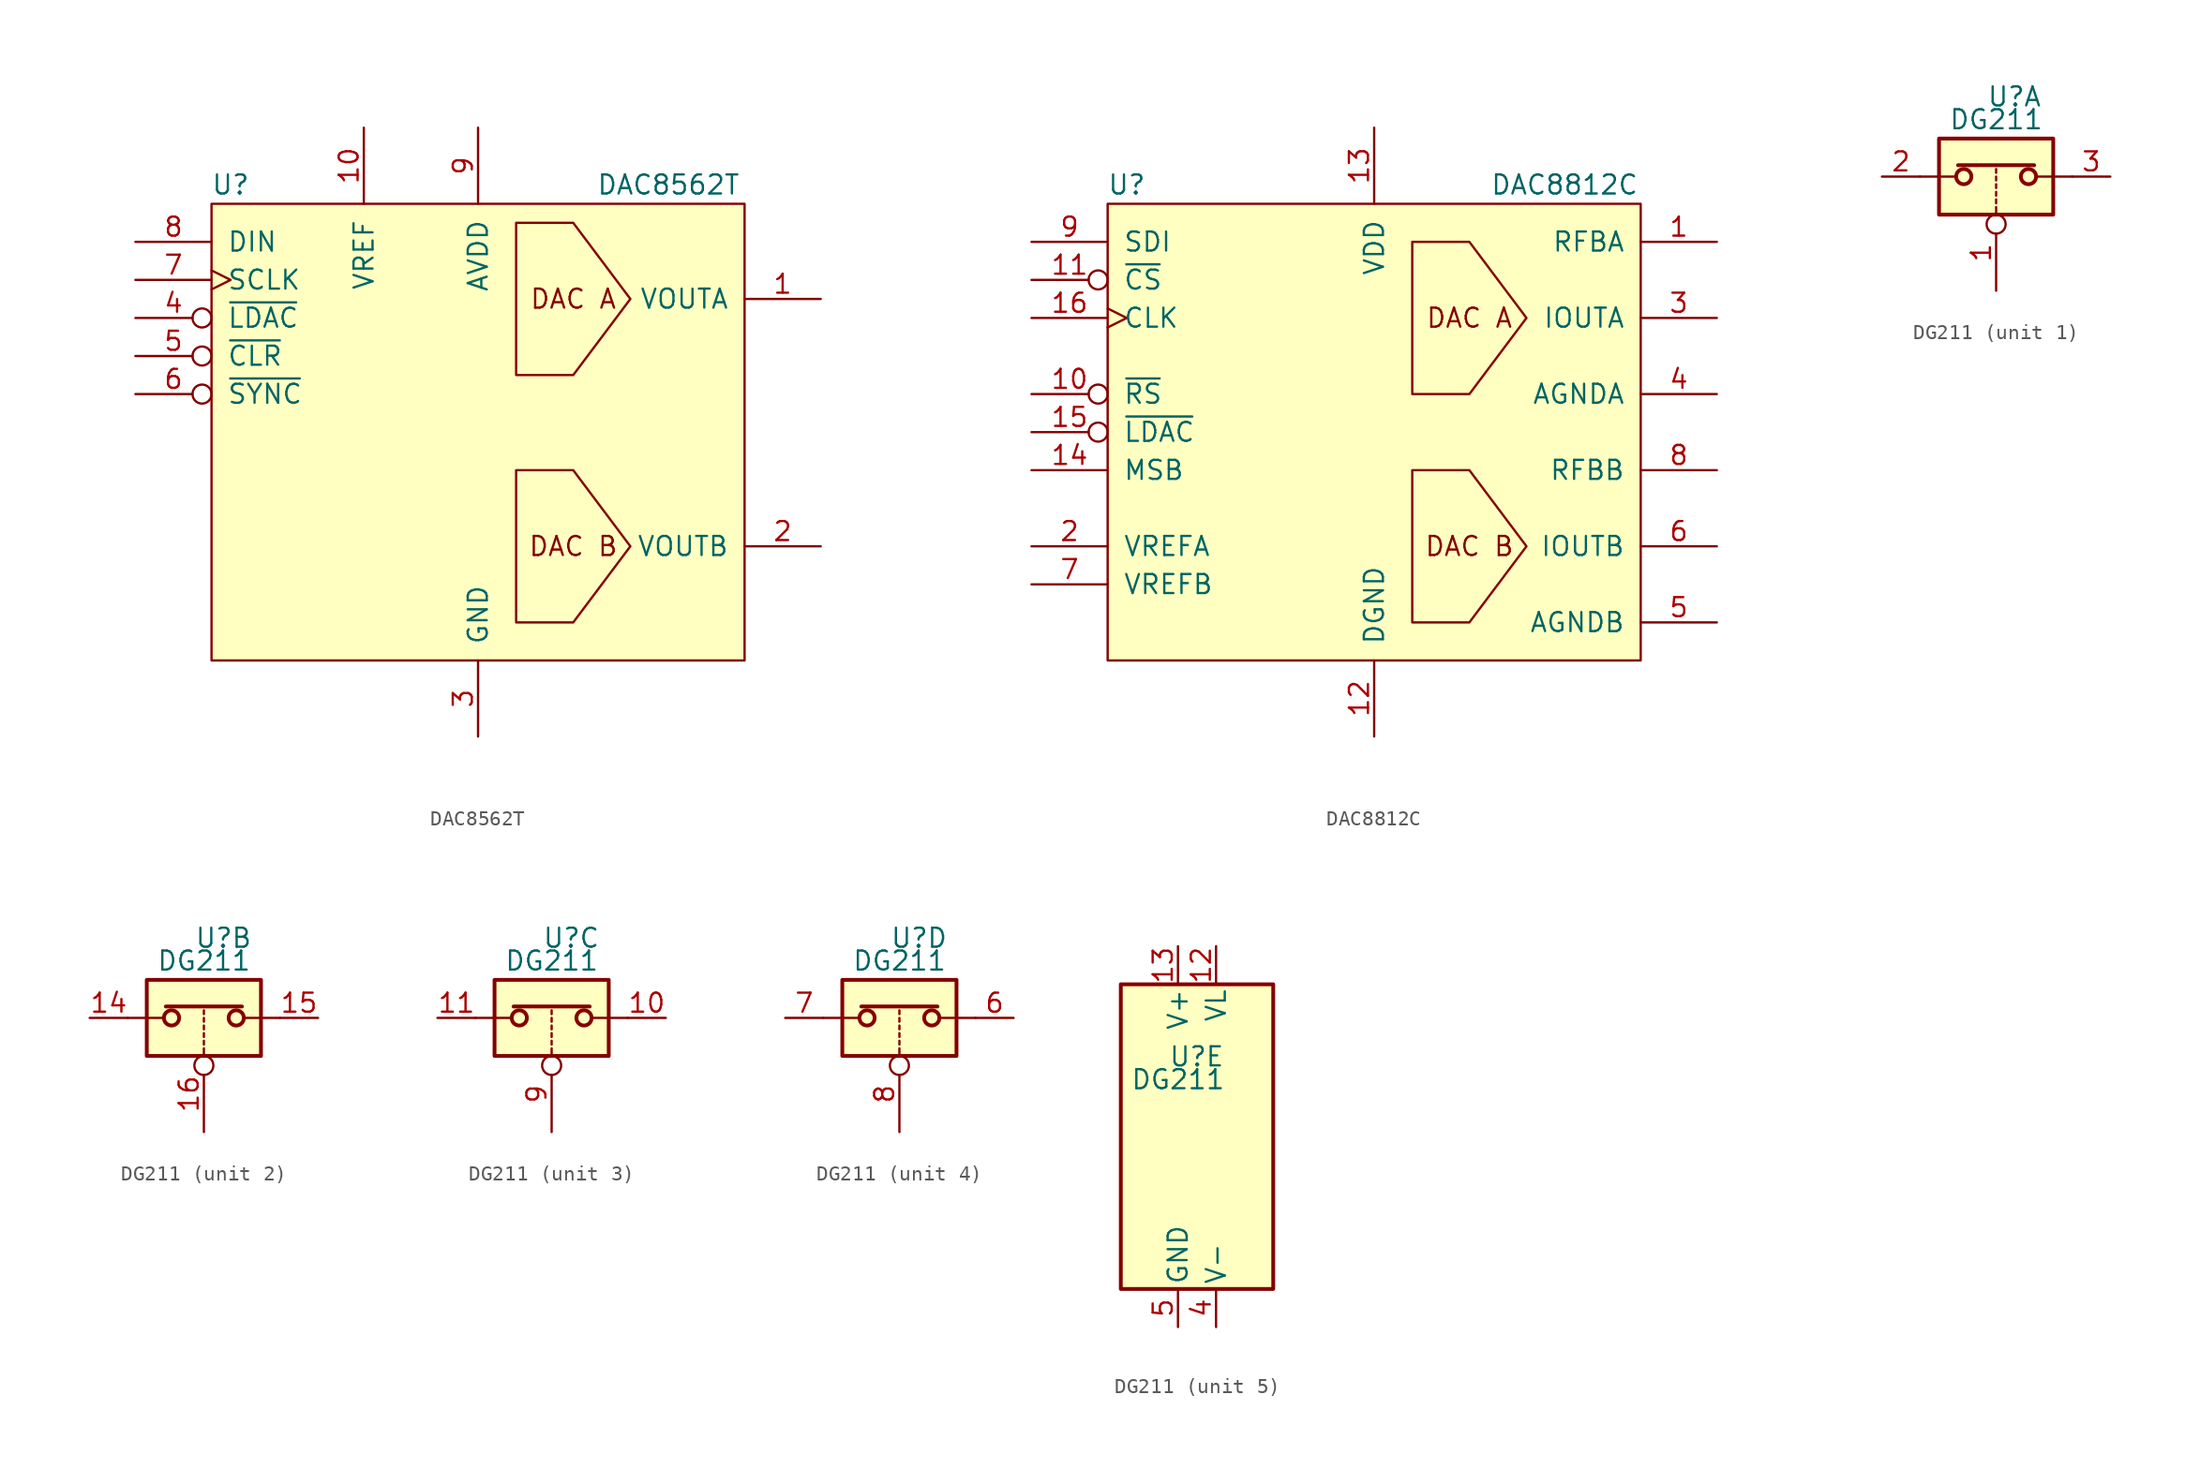
<source format=kicad_sym>
(kicad_symbol_lib
  (version 20220914)
  (generator kicad_symbol_editor)
  (symbol "DAC8562T"
    (pin_names
      (offset 1.016))
    (property "Reference" "U"
      (at -16.51 16.51 0)
      (effects (font (size 1.27 1.27))))
    (property "Value" "DAC8562T"
      (at 12.7 16.51 0)
      (effects (font (size 1.27 1.27))))
    (symbol "DAC8562T_1_1"
      (rectangle (start -17.78 15.24) (end 17.78 -15.24) (stroke (width 0) (type solid)) (fill (type background)))
      (polyline (pts (xy 10.16 -7.62) (xy 6.35 -2.54) (xy 2.54 -2.54) (xy 2.54 -12.7) (xy 6.35 -12.7) (xy 10.16 -7.62)) (stroke (width 0) (type solid)) (fill (type none)))
      (polyline (pts (xy 10.16 8.89) (xy 6.35 13.97) (xy 2.54 13.97) (xy 2.54 3.81) (xy 6.35 3.81) (xy 10.16 8.89)) (stroke (width 0) (type solid)) (fill (type none)))
      (text "DAC A" (at 6.35 8.89 0) (effects (font (size 1.27 1.27))))
      (text "DAC B" (at 6.35 -7.62 0) (effects (font (size 1.27 1.27))))
      (pin output line (at 22.86 8.89 180) (length 5.08) (name "VOUTA" (effects (font (size 1.27 1.27)))) (number "1" (effects (font (size 1.27 1.27)))))
      (pin passive line (at -7.62 20.32 270) (length 5.08) (name "VREF" (effects (font (size 1.27 1.27)))) (number "10" (effects (font (size 1.27 1.27)))))
      (pin output line (at 22.86 -7.62 180) (length 5.08) (name "VOUTB" (effects (font (size 1.27 1.27)))) (number "2" (effects (font (size 1.27 1.27)))))
      (pin passive line (at 0 -20.32 90) (length 5.08) (name "GND" (effects (font (size 1.27 1.27)))) (number "3" (effects (font (size 1.27 1.27)))))
      (pin input inverted (at -22.86 7.62 0) (length 5.08) (name "~{LDAC}" (effects (font (size 1.27 1.27)))) (number "4" (effects (font (size 1.27 1.27)))))
      (pin input inverted (at -22.86 5.08 0) (length 5.08) (name "~{CLR}" (effects (font (size 1.27 1.27)))) (number "5" (effects (font (size 1.27 1.27)))))
      (pin input inverted (at -22.86 2.54 0) (length 5.08) (name "~{SYNC}" (effects (font (size 1.27 1.27)))) (number "6" (effects (font (size 1.27 1.27)))))
      (pin input clock (at -22.86 10.16 0) (length 5.08) (name "SCLK" (effects (font (size 1.27 1.27)))) (number "7" (effects (font (size 1.27 1.27)))))
      (pin input line (at -22.86 12.7 0) (length 5.08) (name "DIN" (effects (font (size 1.27 1.27)))) (number "8" (effects (font (size 1.27 1.27)))))
      (pin passive line (at 0 20.32 270) (length 5.08) (name "AVDD" (effects (font (size 1.27 1.27)))) (number "9" (effects (font (size 1.27 1.27)))))))
  (symbol "DAC8812C"
    (pin_names
      (offset 1.016))
    (property "Reference" "U"
      (at -16.51 16.51 0)
      (effects (font (size 1.27 1.27))))
    (property "Value" "DAC8812C"
      (at 12.7 16.51 0)
      (effects (font (size 1.27 1.27))))
    (symbol "DAC8812C_0_0"
      (rectangle (start -17.78 15.24) (end 17.78 -15.24) (stroke (width 0) (type solid)) (fill (type background)))
      (text "DAC A" (at 6.35 7.62 0) (effects (font (size 1.27 1.27)))))
    (symbol "DAC8812C_0_1"
      (polyline (pts (xy 10.16 7.62) (xy 6.35 12.7) (xy 2.54 12.7) (xy 2.54 2.54) (xy 6.35 2.54) (xy 10.16 7.62)) (stroke (width 0) (type solid)) (fill (type none))))
    (symbol "DAC8812C_1_1"
      (polyline (pts (xy 10.16 -7.62) (xy 6.35 -2.54) (xy 2.54 -2.54) (xy 2.54 -12.7) (xy 6.35 -12.7) (xy 10.16 -7.62)) (stroke (width 0) (type solid)) (fill (type none)))
      (text "DAC B" (at 6.35 -7.62 0) (effects (font (size 1.27 1.27))))
      (pin input line (at 22.86 12.7 180) (length 5.08) (name "RFBA" (effects (font (size 1.27 1.27)))) (number "1" (effects (font (size 1.27 1.27)))))
      (pin input inverted (at -22.86 2.54 0) (length 5.08) (name "~{RS}" (effects (font (size 1.27 1.27)))) (number "10" (effects (font (size 1.27 1.27)))))
      (pin input inverted (at -22.86 10.16 0) (length 5.08) (name "~{CS}" (effects (font (size 1.27 1.27)))) (number "11" (effects (font (size 1.27 1.27)))))
      (pin passive line (at 0 -20.32 90) (length 5.08) (name "DGND" (effects (font (size 1.27 1.27)))) (number "12" (effects (font (size 1.27 1.27)))))
      (pin passive line (at 0 20.32 270) (length 5.08) (name "VDD" (effects (font (size 1.27 1.27)))) (number "13" (effects (font (size 1.27 1.27)))))
      (pin input line (at -22.86 -2.54 0) (length 5.08) (name "MSB" (effects (font (size 1.27 1.27)))) (number "14" (effects (font (size 1.27 1.27)))))
      (pin input inverted (at -22.86 0 0) (length 5.08) (name "~{LDAC}" (effects (font (size 1.27 1.27)))) (number "15" (effects (font (size 1.27 1.27)))))
      (pin input clock (at -22.86 7.62 0) (length 5.08) (name "CLK" (effects (font (size 1.27 1.27)))) (number "16" (effects (font (size 1.27 1.27)))))
      (pin passive line (at -22.86 -7.62 0) (length 5.08) (name "VREFA" (effects (font (size 1.27 1.27)))) (number "2" (effects (font (size 1.27 1.27)))))
      (pin input line (at 22.86 7.62 180) (length 5.08) (name "IOUTA" (effects (font (size 1.27 1.27)))) (number "3" (effects (font (size 1.27 1.27)))))
      (pin passive line (at 22.86 2.54 180) (length 5.08) (name "AGNDA" (effects (font (size 1.27 1.27)))) (number "4" (effects (font (size 1.27 1.27)))))
      (pin passive line (at 22.86 -12.7 180) (length 5.08) (name "AGNDB" (effects (font (size 1.27 1.27)))) (number "5" (effects (font (size 1.27 1.27)))))
      (pin input line (at 22.86 -7.62 180) (length 5.08) (name "IOUTB" (effects (font (size 1.27 1.27)))) (number "6" (effects (font (size 1.27 1.27)))))
      (pin passive line (at -22.86 -10.16 0) (length 5.08) (name "VREFB" (effects (font (size 1.27 1.27)))) (number "7" (effects (font (size 1.27 1.27)))))
      (pin input line (at 22.86 -2.54 180) (length 5.08) (name "RFBB" (effects (font (size 1.27 1.27)))) (number "8" (effects (font (size 1.27 1.27)))))
      (pin input line (at -22.86 12.7 0) (length 5.08) (name "SDI" (effects (font (size 1.27 1.27)))) (number "9" (effects (font (size 1.27 1.27)))))))
  (symbol "DG211"
    (pin_names
      (offset 0.254))
    (property "Reference" "U"
      (at -0.635 5.334 0)
      (effects (font (size 1.27 1.27)) (justify left)))
    (property "Value" "DG211"
      (at -3.175 3.81 0)
      (effects (font (size 1.27 1.27)) (justify left)))
    (symbol "DG211_1_1"
      (rectangle (start -3.81 2.54) (end 3.81 -2.54) (stroke (width 0.254) (type solid)) (fill (type background)))
      (circle (center -2.159 0) (radius 0.508) (stroke (width 0.254) (type solid)) (fill (type none)))
      (polyline (pts (xy -5.08 0) (xy -2.794 0)) (stroke (width 0) (type solid)) (fill (type none)))
      (polyline (pts (xy -2.54 0.762) (xy 2.54 0.762)) (stroke (width 0.254) (type solid)) (fill (type none)))
      (polyline (pts (xy 0 -2.54) (xy 0 -2.032)) (stroke (width 0) (type solid)) (fill (type none)))
      (polyline (pts (xy 0 -1.778) (xy 0 -1.524)) (stroke (width 0) (type solid)) (fill (type none)))
      (polyline (pts (xy 0 -1.27) (xy 0 -1.016)) (stroke (width 0) (type solid)) (fill (type none)))
      (polyline (pts (xy 0 -0.762) (xy 0 -0.508)) (stroke (width 0) (type solid)) (fill (type none)))
      (polyline (pts (xy 0 -0.254) (xy 0 0)) (stroke (width 0) (type solid)) (fill (type none)))
      (polyline (pts (xy 0 0.254) (xy 0 0.508)) (stroke (width 0) (type solid)) (fill (type none)))
      (polyline (pts (xy 5.08 0) (xy 2.794 0)) (stroke (width 0) (type solid)) (fill (type none)))
      (circle (center 2.159 0) (radius 0.508) (stroke (width 0.254) (type solid)) (fill (type none)))
      (pin input inverted (at 0 -7.62 90) (length 5.08) (name "~" (effects (font (size 1.27 1.27)))) (number "1" (effects (font (size 1.27 1.27)))))
      (pin passive line (at -7.62 0 0) (length 2.54) (name "~" (effects (font (size 1.27 1.27)))) (number "2" (effects (font (size 1.27 1.27)))))
      (pin passive line (at 7.62 0 180) (length 2.54) (name "~" (effects (font (size 1.27 1.27)))) (number "3" (effects (font (size 1.27 1.27))))))
    (symbol "DG211_2_1"
      (rectangle (start -3.81 2.54) (end 3.81 -2.54) (stroke (width 0.254) (type solid)) (fill (type background)))
      (circle (center -2.159 0) (radius 0.508) (stroke (width 0.254) (type solid)) (fill (type none)))
      (polyline (pts (xy -5.08 0) (xy -2.794 0)) (stroke (width 0) (type solid)) (fill (type none)))
      (polyline (pts (xy -2.54 0.762) (xy 2.54 0.762)) (stroke (width 0.254) (type solid)) (fill (type none)))
      (polyline (pts (xy 0 -2.54) (xy 0 -2.032)) (stroke (width 0) (type solid)) (fill (type none)))
      (polyline (pts (xy 0 -1.778) (xy 0 -1.524)) (stroke (width 0) (type solid)) (fill (type none)))
      (polyline (pts (xy 0 -1.27) (xy 0 -1.016)) (stroke (width 0) (type solid)) (fill (type none)))
      (polyline (pts (xy 0 -0.762) (xy 0 -0.508)) (stroke (width 0) (type solid)) (fill (type none)))
      (polyline (pts (xy 0 -0.254) (xy 0 0)) (stroke (width 0) (type solid)) (fill (type none)))
      (polyline (pts (xy 0 0.254) (xy 0 0.508)) (stroke (width 0) (type solid)) (fill (type none)))
      (polyline (pts (xy 5.08 0) (xy 2.794 0)) (stroke (width 0) (type solid)) (fill (type none)))
      (circle (center 2.159 0) (radius 0.508) (stroke (width 0.254) (type solid)) (fill (type none)))
      (pin passive line (at -7.62 0 0) (length 2.54) (name "~" (effects (font (size 1.27 1.27)))) (number "14" (effects (font (size 1.27 1.27)))))
      (pin passive line (at 7.62 0 180) (length 2.54) (name "~" (effects (font (size 1.27 1.27)))) (number "15" (effects (font (size 1.27 1.27)))))
      (pin input inverted (at 0 -7.62 90) (length 5.08) (name "~" (effects (font (size 1.27 1.27)))) (number "16" (effects (font (size 1.27 1.27))))))
    (symbol "DG211_3_1"
      (rectangle (start -3.81 2.54) (end 3.81 -2.54) (stroke (width 0.254) (type solid)) (fill (type background)))
      (circle (center -2.159 0) (radius 0.508) (stroke (width 0.254) (type solid)) (fill (type none)))
      (polyline (pts (xy -5.08 0) (xy -2.794 0)) (stroke (width 0) (type solid)) (fill (type none)))
      (polyline (pts (xy -2.54 0.762) (xy 2.54 0.762)) (stroke (width 0.254) (type solid)) (fill (type none)))
      (polyline (pts (xy 0 -2.54) (xy 0 -2.032)) (stroke (width 0) (type solid)) (fill (type none)))
      (polyline (pts (xy 0 -1.778) (xy 0 -1.524)) (stroke (width 0) (type solid)) (fill (type none)))
      (polyline (pts (xy 0 -1.27) (xy 0 -1.016)) (stroke (width 0) (type solid)) (fill (type none)))
      (polyline (pts (xy 0 -0.762) (xy 0 -0.508)) (stroke (width 0) (type solid)) (fill (type none)))
      (polyline (pts (xy 0 -0.254) (xy 0 0)) (stroke (width 0) (type solid)) (fill (type none)))
      (polyline (pts (xy 0 0.254) (xy 0 0.508)) (stroke (width 0) (type solid)) (fill (type none)))
      (polyline (pts (xy 5.08 0) (xy 2.794 0)) (stroke (width 0) (type solid)) (fill (type none)))
      (circle (center 2.159 0) (radius 0.508) (stroke (width 0.254) (type solid)) (fill (type none)))
      (pin passive line (at 7.62 0 180) (length 2.54) (name "~" (effects (font (size 1.27 1.27)))) (number "10" (effects (font (size 1.27 1.27)))))
      (pin passive line (at -7.62 0 0) (length 2.54) (name "~" (effects (font (size 1.27 1.27)))) (number "11" (effects (font (size 1.27 1.27)))))
      (pin input inverted (at 0 -7.62 90) (length 5.08) (name "~" (effects (font (size 1.27 1.27)))) (number "9" (effects (font (size 1.27 1.27))))))
    (symbol "DG211_4_1"
      (rectangle (start -3.81 2.54) (end 3.81 -2.54) (stroke (width 0.254) (type solid)) (fill (type background)))
      (circle (center -2.159 0) (radius 0.508) (stroke (width 0.254) (type solid)) (fill (type none)))
      (polyline (pts (xy -5.08 0) (xy -2.794 0)) (stroke (width 0) (type solid)) (fill (type none)))
      (polyline (pts (xy -2.54 0.762) (xy 2.54 0.762)) (stroke (width 0.254) (type solid)) (fill (type none)))
      (polyline (pts (xy 0 -2.54) (xy 0 -2.032)) (stroke (width 0) (type solid)) (fill (type none)))
      (polyline (pts (xy 0 -1.778) (xy 0 -1.524)) (stroke (width 0) (type solid)) (fill (type none)))
      (polyline (pts (xy 0 -1.27) (xy 0 -1.016)) (stroke (width 0) (type solid)) (fill (type none)))
      (polyline (pts (xy 0 -0.762) (xy 0 -0.508)) (stroke (width 0) (type solid)) (fill (type none)))
      (polyline (pts (xy 0 -0.254) (xy 0 0)) (stroke (width 0) (type solid)) (fill (type none)))
      (polyline (pts (xy 0 0.254) (xy 0 0.508)) (stroke (width 0) (type solid)) (fill (type none)))
      (polyline (pts (xy 5.08 0) (xy 2.794 0)) (stroke (width 0) (type solid)) (fill (type none)))
      (circle (center 2.159 0) (radius 0.508) (stroke (width 0.254) (type solid)) (fill (type none)))
      (pin passive line (at 7.62 0 180) (length 2.54) (name "~" (effects (font (size 1.27 1.27)))) (number "6" (effects (font (size 1.27 1.27)))))
      (pin passive line (at -7.62 0 0) (length 2.54) (name "~" (effects (font (size 1.27 1.27)))) (number "7" (effects (font (size 1.27 1.27)))))
      (pin input inverted (at 0 -7.62 90) (length 5.08) (name "~" (effects (font (size 1.27 1.27)))) (number "8" (effects (font (size 1.27 1.27))))))
    (symbol "DG211_5_0"
      (pin power_in line (at 0 12.7 270) (length 2.54) (name "V+" (effects (font (size 1.27 1.27)))) (number "13" (effects (font (size 1.27 1.27)))))
      (pin power_in line (at 2.54 -12.7 90) (length 2.54) (name "V-" (effects (font (size 1.27 1.27)))) (number "4" (effects (font (size 1.27 1.27)))))
      (pin power_in line (at 0 -12.7 90) (length 2.54) (name "GND" (effects (font (size 1.27 1.27)))) (number "5" (effects (font (size 1.27 1.27))))))
    (symbol "DG211_5_1"
      (rectangle (start -3.81 10.16) (end 6.35 -10.16) (stroke (width 0.254) (type solid)) (fill (type background)))
      (pin passive line (at 2.54 12.7 270) (length 2.54) (name "VL" (effects (font (size 1.27 1.27)))) (number "12" (effects (font (size 1.27 1.27))))))))
</source>
